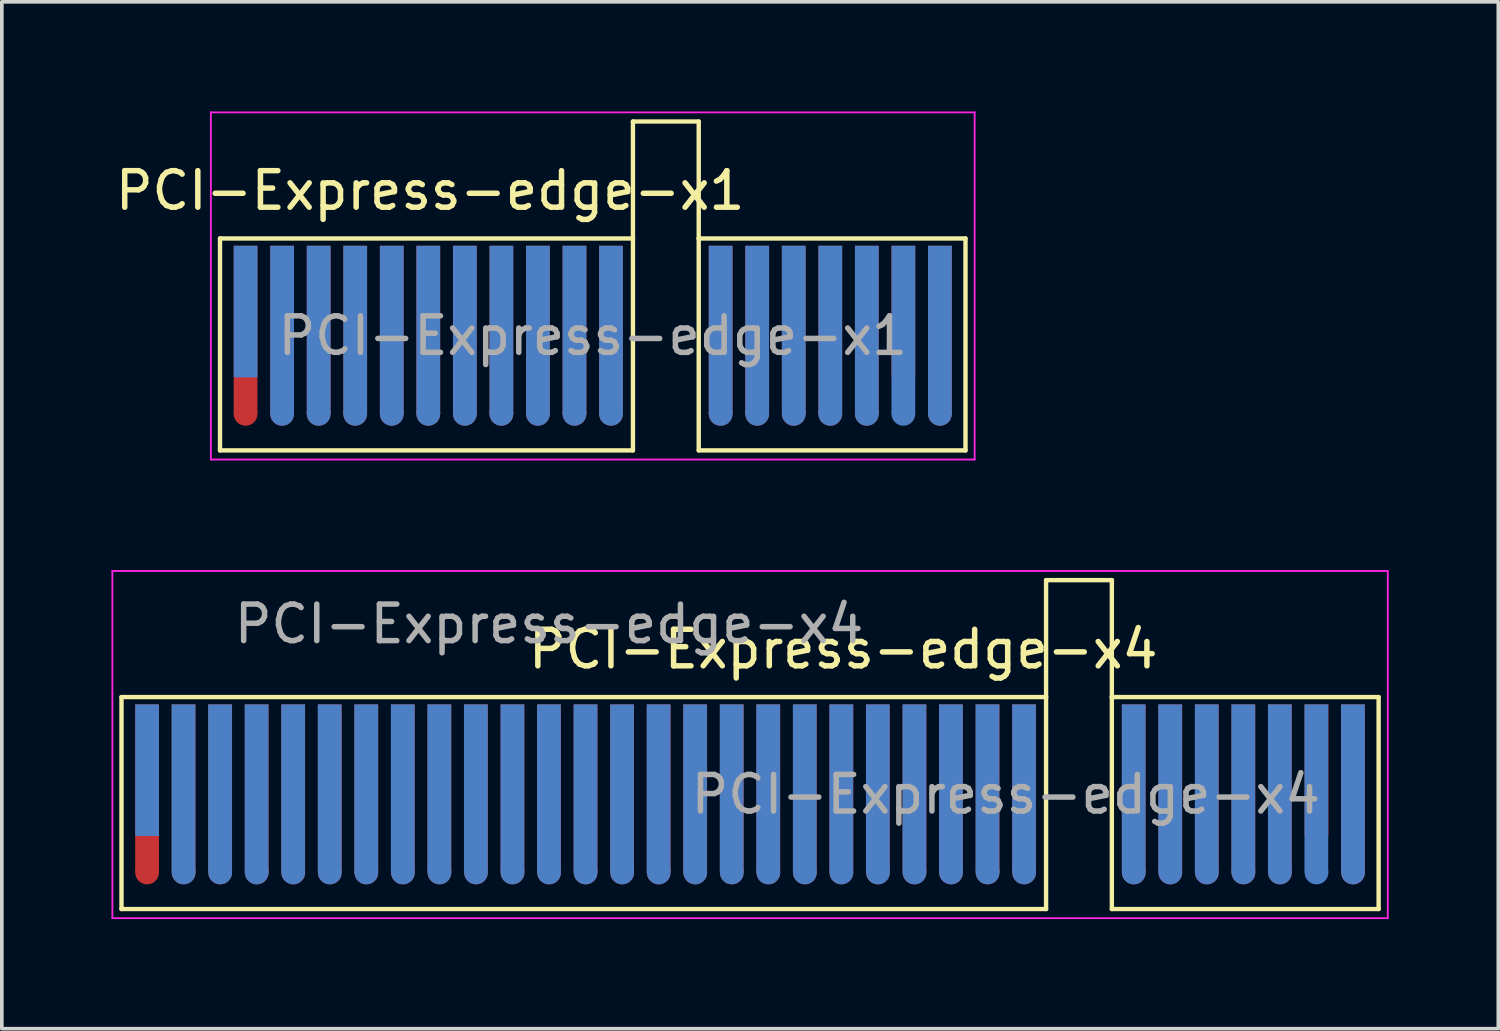
<source format=kicad_pcb>
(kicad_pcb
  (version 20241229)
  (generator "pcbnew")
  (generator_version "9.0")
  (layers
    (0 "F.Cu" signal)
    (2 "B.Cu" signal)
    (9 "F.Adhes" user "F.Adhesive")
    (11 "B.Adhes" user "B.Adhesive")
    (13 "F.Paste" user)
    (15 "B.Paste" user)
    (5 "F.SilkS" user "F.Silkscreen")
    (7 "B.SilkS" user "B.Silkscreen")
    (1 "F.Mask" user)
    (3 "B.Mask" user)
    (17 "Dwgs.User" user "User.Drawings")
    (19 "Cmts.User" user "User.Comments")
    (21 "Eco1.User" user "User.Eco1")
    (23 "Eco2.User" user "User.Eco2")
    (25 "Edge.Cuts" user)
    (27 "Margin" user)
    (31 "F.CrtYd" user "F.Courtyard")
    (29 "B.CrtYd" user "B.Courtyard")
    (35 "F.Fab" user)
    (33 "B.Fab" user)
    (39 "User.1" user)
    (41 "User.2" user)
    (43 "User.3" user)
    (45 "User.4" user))
  (footprint "PCI-Express-edge-x1"
    (layer "F.Cu")
    (at 3.67 5.475)
    (property "Reference" "PCI-Express-edge-x1" (at 5.05 -3.31 0) (layer "F.SilkS") (effects (font (size 1 1) (thickness 0.15))))
    (attr exclude_from_pos_files exclude_from_bom)
    (fp_line (start -0.7 -2) (end 10.6 -2) (stroke (width 0.12) (type solid)) (layer "F.SilkS"))
    (fp_line (start -0.7 3.8) (end -0.7 -2) (stroke (width 0.12) (type solid)) (layer "F.SilkS"))
    (fp_line (start 10.6 -5.2) (end 12.4 -5.2) (stroke (width 0.12) (type solid)) (layer "F.SilkS"))
    (fp_line (start 10.6 -2) (end 10.6 -5.2) (stroke (width 0.12) (type solid)) (layer "F.SilkS"))
    (fp_line (start 10.6 -2) (end 10.6 3.8) (stroke (width 0.12) (type solid)) (layer "F.SilkS"))
    (fp_line (start 10.6 3.8) (end -0.7 3.8) (stroke (width 0.12) (type solid)) (layer "F.SilkS"))
    (fp_line (start 12.4 -5.2) (end 12.4 -2) (stroke (width 0.12) (type solid)) (layer "F.SilkS"))
    (fp_line (start 12.4 -2) (end 12.4 3.8) (stroke (width 0.12) (type solid)) (layer "F.SilkS"))
    (fp_line (start 12.4 3.8) (end 19.7 3.8) (stroke (width 0.12) (type solid)) (layer "F.SilkS"))
    (fp_line (start 19.7 -2) (end 12.4 -2) (stroke (width 0.12) (type solid)) (layer "F.SilkS"))
    (fp_line (start 19.7 -2) (end 19.7 3.8) (stroke (width 0.12) (type solid)) (layer "F.SilkS"))
    (fp_line (start -0.95 -5.45) (end -0.95 4.05) (stroke (width 0.05) (type solid)) (layer "F.CrtYd"))
    (fp_line (start -0.95 -5.45) (end 19.95 -5.45) (stroke (width 0.05) (type solid)) (layer "F.CrtYd"))
    (fp_line (start 19.95 4.05) (end -0.95 4.05) (stroke (width 0.05) (type solid)) (layer "F.CrtYd"))
    (fp_line (start 19.95 4.05) (end 19.95 -5.45) (stroke (width 0.05) (type solid)) (layer "F.CrtYd"))
    (fp_text user "${REFERENCE}" (at 9.5 0.662 0) (layer "F.Fab") (effects (font (size 1 1) (thickness 0.15))))
    (pad "" connect circle (at 0 2.8) (size 0.65 0.65) (layers "F.Cu" "F.Mask"))
    (pad "" connect circle (at 1 2.8) (size 0.65 0.65) (layers "F.Cu" "F.Mask"))
    (pad "" connect oval (at 1 2.8 90) (size 0.65 0.65) (layers "B.Cu" "B.Mask"))
    (pad "" connect circle (at 2 2.8) (size 0.65 0.65) (layers "F.Cu" "F.Mask"))
    (pad "" connect oval (at 2 2.8 90) (size 0.65 0.65) (layers "B.Cu" "B.Mask"))
    (pad "" connect circle (at 3 2.8) (size 0.65 0.65) (layers "F.Cu" "F.Mask"))
    (pad "" connect oval (at 3 2.8 90) (size 0.65 0.65) (layers "B.Cu" "B.Mask"))
    (pad "" connect circle (at 4 2.8) (size 0.65 0.65) (layers "F.Cu" "F.Mask"))
    (pad "" connect oval (at 4 2.8 90) (size 0.65 0.65) (layers "B.Cu" "B.Mask"))
    (pad "" connect circle (at 5 2.8) (size 0.65 0.65) (layers "F.Cu" "F.Mask"))
    (pad "" connect oval (at 5 2.8 90) (size 0.65 0.65) (layers "B.Cu" "B.Mask"))
    (pad "" connect circle (at 6 2.8) (size 0.65 0.65) (layers "F.Cu" "F.Mask"))
    (pad "" connect oval (at 6 2.8 90) (size 0.65 0.65) (layers "B.Cu" "B.Mask"))
    (pad "" connect circle (at 7 2.8) (size 0.65 0.65) (layers "F.Cu" "F.Mask"))
    (pad "" connect oval (at 7 2.8 90) (size 0.65 0.65) (layers "B.Cu" "B.Mask"))
    (pad "" connect circle (at 8 2.8) (size 0.65 0.65) (layers "F.Cu" "F.Mask"))
    (pad "" connect oval (at 8 2.8 90) (size 0.65 0.65) (layers "B.Cu" "B.Mask"))
    (pad "" connect circle (at 9 2.8) (size 0.65 0.65) (layers "F.Cu" "F.Mask"))
    (pad "" connect oval (at 9 2.8 90) (size 0.65 0.65) (layers "B.Cu" "B.Mask"))
    (pad "" connect circle (at 10 2.8) (size 0.65 0.65) (layers "F.Cu" "F.Mask"))
    (pad "" connect oval (at 10 2.8 90) (size 0.65 0.65) (layers "B.Cu" "B.Mask"))
    (pad "" connect circle (at 13 2.8) (size 0.65 0.65) (layers "F.Cu" "F.Mask"))
    (pad "" connect oval (at 13 2.8 90) (size 0.65 0.65) (layers "B.Cu" "B.Mask"))
    (pad "" connect circle (at 14 2.8) (size 0.65 0.65) (layers "F.Cu" "F.Mask"))
    (pad "" connect oval (at 14 2.8 90) (size 0.65 0.65) (layers "B.Cu" "B.Mask"))
    (pad "" connect circle (at 15 2.8) (size 0.65 0.65) (layers "F.Cu" "F.Mask"))
    (pad "" connect oval (at 15 2.8 90) (size 0.65 0.65) (layers "B.Cu" "B.Mask"))
    (pad "" connect circle (at 16 2.8) (size 0.65 0.65) (layers "F.Cu" "F.Mask"))
    (pad "" connect oval (at 16 2.8 90) (size 0.65 0.65) (layers "B.Cu" "B.Mask"))
    (pad "" connect circle (at 17 2.8) (size 0.65 0.65) (layers "F.Cu" "F.Mask"))
    (pad "" connect oval (at 17 2.8 90) (size 0.65 0.65) (layers "B.Cu" "B.Mask"))
    (pad "" connect oval (at 18 2.8 90) (size 0.65 0.65) (layers "B.Cu" "B.Mask"))
    (pad "" connect circle (at 19 2.8) (size 0.65 0.65) (layers "F.Cu" "F.Mask"))
    (pad "" connect oval (at 19 2.8 90) (size 0.65 0.65) (layers "B.Cu" "B.Mask"))
    (pad "A1" connect rect (at 0 0) (size 0.65 3.6) (layers "B.Cu" "B.Mask"))
    (pad "A2" connect rect (at 1 0.5) (size 0.65 4.6) (layers "B.Cu" "B.Mask"))
    (pad "A3" connect rect (at 2 0.5) (size 0.65 4.6) (layers "B.Cu" "B.Mask"))
    (pad "A4" connect rect (at 3 0.5) (size 0.65 4.6) (layers "B.Cu" "B.Mask"))
    (pad "A5" connect rect (at 4 0.5) (size 0.65 4.6) (layers "B.Cu" "B.Mask"))
    (pad "A6" connect rect (at 5 0.5) (size 0.65 4.6) (layers "B.Cu" "B.Mask"))
    (pad "A7" connect rect (at 6 0.5) (size 0.65 4.6) (layers "B.Cu" "B.Mask"))
    (pad "A8" connect rect (at 7 0.5) (size 0.65 4.6) (layers "B.Cu" "B.Mask"))
    (pad "A9" connect rect (at 8 0.5) (size 0.65 4.6) (layers "B.Cu" "B.Mask"))
    (pad "A10" connect rect (at 9 0.5) (size 0.65 4.6) (layers "B.Cu" "B.Mask"))
    (pad "A11" connect rect (at 10 0.5) (size 0.65 4.6) (layers "B.Cu" "B.Mask"))
    (pad "A12" connect rect (at 13 0.5) (size 0.65 4.6) (layers "B.Cu" "B.Mask"))
    (pad "A13" connect rect (at 14 0.5) (size 0.65 4.6) (layers "B.Cu" "B.Mask"))
    (pad "A14" connect rect (at 15 0.5) (size 0.65 4.6) (layers "B.Cu" "B.Mask"))
    (pad "A15" connect rect (at 16 0.5) (size 0.65 4.6) (layers "B.Cu" "B.Mask"))
    (pad "A16" connect rect (at 17 0.5) (size 0.65 4.6) (layers "B.Cu" "B.Mask"))
    (pad "A17" connect rect (at 18 0.5) (size 0.65 4.6) (layers "B.Cu" "B.Mask"))
    (pad "A18" connect rect (at 19 0.5) (size 0.65 4.6) (layers "B.Cu" "B.Mask"))
    (pad "B1" connect rect (at 0 0.5) (size 0.65 4.6) (layers "F.Cu" "F.Mask"))
    (pad "B2" connect rect (at 1 0.5) (size 0.65 4.6) (layers "F.Cu" "F.Mask"))
    (pad "B3" connect rect (at 2 0.5) (size 0.65 4.6) (layers "F.Cu" "F.Mask"))
    (pad "B4" connect rect (at 3 0.5) (size 0.65 4.6) (layers "F.Cu" "F.Mask"))
    (pad "B5" connect rect (at 4 0.5) (size 0.65 4.6) (layers "F.Cu" "F.Mask"))
    (pad "B6" connect rect (at 5 0.5) (size 0.65 4.6) (layers "F.Cu" "F.Mask"))
    (pad "B7" connect rect (at 6 0.5) (size 0.65 4.6) (layers "F.Cu" "F.Mask"))
    (pad "B8" connect rect (at 7 0.5) (size 0.65 4.6) (layers "F.Cu" "F.Mask"))
    (pad "B9" connect rect (at 8 0.5) (size 0.65 4.6) (layers "F.Cu" "F.Mask"))
    (pad "B10" connect rect (at 9 0.5) (size 0.65 4.6) (layers "F.Cu" "F.Mask"))
    (pad "B11" connect rect (at 10 0.5) (size 0.65 4.6) (layers "F.Cu" "F.Mask"))
    (pad "B12" connect rect (at 13 0.5) (size 0.65 4.6) (layers "F.Cu" "F.Mask"))
    (pad "B13" connect rect (at 14 0.5) (size 0.65 4.6) (layers "F.Cu" "F.Mask"))
    (pad "B14" connect rect (at 15 0.5) (size 0.65 4.6) (layers "F.Cu" "F.Mask"))
    (pad "B15" connect rect (at 16 0.5) (size 0.65 4.6) (layers "F.Cu" "F.Mask"))
    (pad "B16" connect rect (at 17 0.5) (size 0.65 4.6) (layers "F.Cu" "F.Mask"))
    (pad "B17" connect rect (at 18 0) (size 0.65 3.6) (layers "F.Cu" "F.Mask"))
    (pad "B18" connect rect (at 19 0.5) (size 0.65 4.6) (layers "F.Cu" "F.Mask")))
  (footprint "PCI-Express-edge-x4"
    (layer "F.Cu")
    (at 14.975 18.025)
    (property "Reference" "PCI-Express-edge-x4" (at 5.05 -3.31 0) (layer "F.SilkS") (effects (font (size 1 1) (thickness 0.15))))
    (attr exclude_from_pos_files exclude_from_bom)
    (fp_line (start -14.7 -2) (end 10.6 -2) (stroke (width 0.12) (type solid)) (layer "F.SilkS"))
    (fp_line (start -14.7 3.8) (end -14.7 -2) (stroke (width 0.12) (type solid)) (layer "F.SilkS"))
    (fp_line (start 10.6 -5.2) (end 12.4 -5.2) (stroke (width 0.12) (type solid)) (layer "F.SilkS"))
    (fp_line (start 10.6 -2) (end 10.6 -5.2) (stroke (width 0.12) (type solid)) (layer "F.SilkS"))
    (fp_line (start 10.6 -2) (end 10.6 3.8) (stroke (width 0.12) (type solid)) (layer "F.SilkS"))
    (fp_line (start 10.6 3.8) (end -14.7 3.8) (stroke (width 0.12) (type solid)) (layer "F.SilkS"))
    (fp_line (start 12.4 -5.2) (end 12.4 -2) (stroke (width 0.12) (type solid)) (layer "F.SilkS"))
    (fp_line (start 12.4 -2) (end 12.4 3.8) (stroke (width 0.12) (type solid)) (layer "F.SilkS"))
    (fp_line (start 12.4 3.8) (end 19.7 3.8) (stroke (width 0.12) (type solid)) (layer "F.SilkS"))
    (fp_line (start 19.7 -2) (end 12.4 -2) (stroke (width 0.12) (type solid)) (layer "F.SilkS"))
    (fp_line (start 19.7 -2) (end 19.7 3.8) (stroke (width 0.12) (type solid)) (layer "F.SilkS"))
    (fp_line (start -14.95 -5.45) (end -14.95 4.05) (stroke (width 0.05) (type solid)) (layer "F.CrtYd"))
    (fp_line (start -14.95 -5.45) (end 19.95 -5.45) (stroke (width 0.05) (type solid)) (layer "F.CrtYd"))
    (fp_line (start 19.95 4.05) (end -14.95 4.05) (stroke (width 0.05) (type solid)) (layer "F.CrtYd"))
    (fp_line (start 19.95 4.05) (end 19.95 -5.45) (stroke (width 0.05) (type solid)) (layer "F.CrtYd"))
    (fp_text user "${REFERENCE}" (at -3 -4 0) (layer "F.Fab") (effects (font (size 1 1) (thickness 0.15))))
    (fp_text user "${REFERENCE}" (at 9.5 0.662 0) (layer "F.Fab") (effects (font (size 1 1) (thickness 0.15))))
    (pad "" connect circle (at -14 2.8) (size 0.65 0.65) (layers "F.Cu" "F.Mask"))
    (pad "" connect circle (at -13 2.8) (size 0.65 0.65) (layers "F.Cu" "F.Mask"))
    (pad "" connect oval (at -13 2.8 90) (size 0.65 0.65) (layers "B.Cu" "B.Mask"))
    (pad "" connect circle (at -12 2.8) (size 0.65 0.65) (layers "F.Cu" "F.Mask"))
    (pad "" connect oval (at -12 2.8 90) (size 0.65 0.65) (layers "B.Cu" "B.Mask"))
    (pad "" connect circle (at -11 2.8) (size 0.65 0.65) (layers "F.Cu" "F.Mask"))
    (pad "" connect oval (at -11 2.8 90) (size 0.65 0.65) (layers "B.Cu" "B.Mask"))
    (pad "" connect circle (at -10 2.8) (size 0.65 0.65) (layers "F.Cu" "F.Mask"))
    (pad "" connect oval (at -10 2.8 90) (size 0.65 0.65) (layers "B.Cu" "B.Mask"))
    (pad "" connect circle (at -9 2.8) (size 0.65 0.65) (layers "F.Cu" "F.Mask"))
    (pad "" connect oval (at -9 2.8 90) (size 0.65 0.65) (layers "B.Cu" "B.Mask"))
    (pad "" connect circle (at -8 2.8) (size 0.65 0.65) (layers "F.Cu" "F.Mask"))
    (pad "" connect oval (at -8 2.8 90) (size 0.65 0.65) (layers "B.Cu" "B.Mask"))
    (pad "" connect circle (at -7 2.8) (size 0.65 0.65) (layers "F.Cu" "F.Mask"))
    (pad "" connect oval (at -7 2.8 90) (size 0.65 0.65) (layers "B.Cu" "B.Mask"))
    (pad "" connect circle (at -6 2.8) (size 0.65 0.65) (layers "F.Cu" "F.Mask"))
    (pad "" connect oval (at -6 2.8 90) (size 0.65 0.65) (layers "B.Cu" "B.Mask"))
    (pad "" connect circle (at -5 2.8) (size 0.65 0.65) (layers "F.Cu" "F.Mask"))
    (pad "" connect oval (at -5 2.8 90) (size 0.65 0.65) (layers "B.Cu" "B.Mask"))
    (pad "" connect circle (at -4 2.8) (size 0.65 0.65) (layers "F.Cu" "F.Mask"))
    (pad "" connect oval (at -4 2.8 90) (size 0.65 0.65) (layers "B.Cu" "B.Mask"))
    (pad "" connect circle (at -3 2.8) (size 0.65 0.65) (layers "F.Cu" "F.Mask"))
    (pad "" connect oval (at -3 2.8 90) (size 0.65 0.65) (layers "B.Cu" "B.Mask"))
    (pad "" connect circle (at -2 2.8) (size 0.65 0.65) (layers "F.Cu" "F.Mask"))
    (pad "" connect oval (at -2 2.8 90) (size 0.65 0.65) (layers "B.Cu" "B.Mask"))
    (pad "" connect circle (at -1 2.8) (size 0.65 0.65) (layers "F.Cu" "F.Mask"))
    (pad "" connect oval (at -1 2.8 90) (size 0.65 0.65) (layers "B.Cu" "B.Mask"))
    (pad "" connect circle (at 0 2.8) (size 0.65 0.65) (layers "F.Cu" "F.Mask"))
    (pad "" connect oval (at 0 2.8 90) (size 0.65 0.65) (layers "B.Cu" "B.Mask"))
    (pad "" connect circle (at 1 2.8) (size 0.65 0.65) (layers "F.Cu" "F.Mask"))
    (pad "" connect oval (at 1 2.8 90) (size 0.65 0.65) (layers "B.Cu" "B.Mask"))
    (pad "" connect circle (at 2 2.8) (size 0.65 0.65) (layers "F.Cu" "F.Mask"))
    (pad "" connect oval (at 2 2.8 90) (size 0.65 0.65) (layers "B.Cu" "B.Mask"))
    (pad "" connect circle (at 3 2.8) (size 0.65 0.65) (layers "F.Cu" "F.Mask"))
    (pad "" connect oval (at 3 2.8 90) (size 0.65 0.65) (layers "B.Cu" "B.Mask"))
    (pad "" connect circle (at 4 2.8) (size 0.65 0.65) (layers "F.Cu" "F.Mask"))
    (pad "" connect oval (at 4 2.8 90) (size 0.65 0.65) (layers "B.Cu" "B.Mask"))
    (pad "" connect circle (at 5 2.8) (size 0.65 0.65) (layers "F.Cu" "F.Mask"))
    (pad "" connect oval (at 5 2.8 90) (size 0.65 0.65) (layers "B.Cu" "B.Mask"))
    (pad "" connect circle (at 6 2.8) (size 0.65 0.65) (layers "F.Cu" "F.Mask"))
    (pad "" connect oval (at 6 2.8 90) (size 0.65 0.65) (layers "B.Cu" "B.Mask"))
    (pad "" connect circle (at 7 2.8) (size 0.65 0.65) (layers "F.Cu" "F.Mask"))
    (pad "" connect oval (at 7 2.8 90) (size 0.65 0.65) (layers "B.Cu" "B.Mask"))
    (pad "" connect circle (at 8 2.8) (size 0.65 0.65) (layers "F.Cu" "F.Mask"))
    (pad "" connect oval (at 8 2.8 90) (size 0.65 0.65) (layers "B.Cu" "B.Mask"))
    (pad "" connect circle (at 9 2.8) (size 0.65 0.65) (layers "F.Cu" "F.Mask"))
    (pad "" connect oval (at 9 2.8 90) (size 0.65 0.65) (layers "B.Cu" "B.Mask"))
    (pad "" connect circle (at 10 2.8) (size 0.65 0.65) (layers "F.Cu" "F.Mask"))
    (pad "" connect oval (at 10 2.8 90) (size 0.65 0.65) (layers "B.Cu" "B.Mask"))
    (pad "" connect circle (at 13 2.8) (size 0.65 0.65) (layers "F.Cu" "F.Mask"))
    (pad "" connect oval (at 13 2.8 90) (size 0.65 0.65) (layers "B.Cu" "B.Mask"))
    (pad "" connect circle (at 14 2.8) (size 0.65 0.65) (layers "F.Cu" "F.Mask"))
    (pad "" connect oval (at 14 2.8 90) (size 0.65 0.65) (layers "B.Cu" "B.Mask"))
    (pad "" connect circle (at 15 2.8) (size 0.65 0.65) (layers "F.Cu" "F.Mask"))
    (pad "" connect oval (at 15 2.8 90) (size 0.65 0.65) (layers "B.Cu" "B.Mask"))
    (pad "" connect circle (at 16 2.8) (size 0.65 0.65) (layers "F.Cu" "F.Mask"))
    (pad "" connect oval (at 16 2.8 90) (size 0.65 0.65) (layers "B.Cu" "B.Mask"))
    (pad "" connect circle (at 17 2.8) (size 0.65 0.65) (layers "F.Cu" "F.Mask"))
    (pad "" connect oval (at 17 2.8 90) (size 0.65 0.65) (layers "B.Cu" "B.Mask"))
    (pad "" connect oval (at 18 2.8 90) (size 0.65 0.65) (layers "B.Cu" "B.Mask"))
    (pad "" connect circle (at 19 2.8) (size 0.65 0.65) (layers "F.Cu" "F.Mask"))
    (pad "" connect oval (at 19 2.8 90) (size 0.65 0.65) (layers "B.Cu" "B.Mask"))
    (pad "A1" connect rect (at -14 0) (size 0.65 3.6) (layers "F.Mask" "B.Cu"))
    (pad "A2" connect rect (at -13.004 0.5) (size 0.65 4.6) (layers "B.Cu" "B.Mask"))
    (pad "A3" connect rect (at -12.004 0.5) (size 0.65 4.6) (layers "B.Cu" "B.Mask"))
    (pad "A4" connect rect (at -11.004 0.5) (size 0.65 4.6) (layers "B.Cu" "B.Mask"))
    (pad "A5" connect rect (at -10.004 0.5) (size 0.65 4.6) (layers "B.Cu" "B.Mask"))
    (pad "A6" connect rect (at -9.004 0.5) (size 0.65 4.6) (layers "B.Cu" "B.Mask"))
    (pad "A7" connect rect (at -8.004 0.5) (size 0.65 4.6) (layers "B.Cu" "B.Mask"))
    (pad "A8" connect rect (at -7.004 0.5) (size 0.65 4.6) (layers "B.Cu" "B.Mask"))
    (pad "A9" connect rect (at -6.004 0.5) (size 0.65 4.6) (layers "B.Cu" "B.Mask"))
    (pad "A10" connect rect (at -5.004 0.5) (size 0.65 4.6) (layers "B.Cu" "B.Mask"))
    (pad "A11" connect rect (at -4.004 0.5) (size 0.65 4.6) (layers "B.Cu" "B.Mask"))
    (pad "A12" connect rect (at -3.004 0.5) (size 0.65 4.6) (layers "B.Cu" "B.Mask"))
    (pad "A13" connect rect (at -2.004 0.5) (size 0.65 4.6) (layers "B.Cu" "B.Mask"))
    (pad "A14" connect rect (at -1.004 0.5) (size 0.65 4.6) (layers "B.Cu" "B.Mask"))
    (pad "A15" connect rect (at -0.004 0.5) (size 0.65 4.6) (layers "B.Cu" "B.Mask"))
    (pad "A16" connect rect (at 0.996 0.5) (size 0.65 4.6) (layers "B.Cu" "B.Mask"))
    (pad "A17" connect rect (at 1.996 0.5) (size 0.65 4.6) (layers "B.Cu" "B.Mask"))
    (pad "A18" connect rect (at 2.996 0.5) (size 0.65 4.6) (layers "B.Cu" "B.Mask"))
    (pad "A19" connect rect (at 3.996 0.5) (size 0.65 4.6) (layers "B.Cu" "B.Mask"))
    (pad "A20" connect rect (at 4.996 0.5) (size 0.65 4.6) (layers "B.Cu" "B.Mask"))
    (pad "A21" connect rect (at 5.996 0.5) (size 0.65 4.6) (layers "B.Cu" "B.Mask"))
    (pad "A22" connect rect (at 6.996 0.5) (size 0.65 4.6) (layers "B.Cu" "B.Mask"))
    (pad "A23" connect rect (at 7.996 0.5) (size 0.65 4.6) (layers "B.Cu" "B.Mask"))
    (pad "A24" connect rect (at 8.996 0.5) (size 0.65 4.6) (layers "B.Cu" "B.Mask"))
    (pad "A25" connect rect (at 9.996 0.5) (size 0.65 4.6) (layers "B.Cu" "B.Mask"))
    (pad "A26" connect rect (at 12.996 0.5) (size 0.65 4.6) (layers "B.Cu" "B.Mask"))
    (pad "A27" connect rect (at 13.996 0.5) (size 0.65 4.6) (layers "B.Cu" "B.Mask"))
    (pad "A28" connect rect (at 14.996 0.5) (size 0.65 4.6) (layers "B.Cu" "B.Mask"))
    (pad "A29" connect rect (at 15.996 0.5) (size 0.65 4.6) (layers "B.Cu" "B.Mask"))
    (pad "A30" connect rect (at 16.996 0.5) (size 0.65 4.6) (layers "B.Cu" "B.Mask"))
    (pad "A31" connect rect (at 17.996 0.5) (size 0.65 4.6) (layers "B.Cu" "B.Mask"))
    (pad "A32" connect rect (at 18.996 0.5) (size 0.65 4.6) (layers "B.Cu" "B.Mask"))
    (pad "B1" connect rect (at -14 0.5) (size 0.65 4.6) (layers "F.Cu" "F.Mask"))
    (pad "B2" connect rect (at -13 0.5) (size 0.65 4.6) (layers "F.Cu" "F.Mask"))
    (pad "B3" connect rect (at -12 0.5) (size 0.65 4.6) (layers "F.Cu" "F.Mask"))
    (pad "B4" connect rect (at -11 0.5) (size 0.65 4.6) (layers "F.Cu" "F.Mask"))
    (pad "B5" connect rect (at -10 0.5) (size 0.65 4.6) (layers "F.Cu" "F.Mask"))
    (pad "B6" connect rect (at -9 0.5) (size 0.65 4.6) (layers "F.Cu" "F.Mask"))
    (pad "B7" connect rect (at -8 0.5) (size 0.65 4.6) (layers "F.Cu" "F.Mask"))
    (pad "B8" connect rect (at -7 0.5) (size 0.65 4.6) (layers "F.Cu" "F.Mask"))
    (pad "B9" connect rect (at -6 0.5) (size 0.65 4.6) (layers "F.Cu" "F.Mask"))
    (pad "B10" connect rect (at -5 0.5) (size 0.65 4.6) (layers "F.Cu" "F.Mask"))
    (pad "B11" connect rect (at -4 0.5) (size 0.65 4.6) (layers "F.Cu" "F.Mask"))
    (pad "B12" connect rect (at -3 0.5) (size 0.65 4.6) (layers "F.Cu" "F.Mask"))
    (pad "B13" connect rect (at -2 0.5) (size 0.65 4.6) (layers "F.Cu" "F.Mask"))
    (pad "B14" connect rect (at -1 0.5) (size 0.65 4.6) (layers "F.Cu" "F.Mask"))
    (pad "B15" connect rect (at 0 0.5) (size 0.65 4.6) (layers "F.Cu" "F.Mask"))
    (pad "B16" connect rect (at 1 0.5) (size 0.65 4.6) (layers "F.Cu" "F.Mask"))
    (pad "B17" connect rect (at 2 0.5) (size 0.65 4.6) (layers "F.Cu" "F.Mask"))
    (pad "B18" connect rect (at 3 0.5) (size 0.65 4.6) (layers "F.Cu" "F.Mask"))
    (pad "B19" connect rect (at 4 0.5) (size 0.65 4.6) (layers "F.Cu" "F.Mask"))
    (pad "B20" connect rect (at 5 0.5) (size 0.65 4.6) (layers "F.Cu" "F.Mask"))
    (pad "B21" connect rect (at 6 0.5) (size 0.65 4.6) (layers "F.Cu" "F.Mask"))
    (pad "B22" connect rect (at 7 0.5) (size 0.65 4.6) (layers "F.Cu" "F.Mask"))
    (pad "B23" connect rect (at 8 0.5) (size 0.65 4.6) (layers "F.Cu" "F.Mask"))
    (pad "B24" connect rect (at 9 0.5) (size 0.65 4.6) (layers "F.Cu" "F.Mask"))
    (pad "B25" connect rect (at 10 0.5) (size 0.65 4.6) (layers "F.Cu" "F.Mask"))
    (pad "B26" connect rect (at 13 0.5) (size 0.65 4.6) (layers "F.Cu" "F.Mask"))
    (pad "B27" connect rect (at 14 0.5) (size 0.65 4.6) (layers "F.Cu" "F.Mask"))
    (pad "B28" connect rect (at 15 0.5) (size 0.65 4.6) (layers "F.Cu" "F.Mask"))
    (pad "B29" connect rect (at 16 0.5) (size 0.65 4.6) (layers "F.Cu" "F.Mask"))
    (pad "B30" connect rect (at 17 0.5) (size 0.65 4.6) (layers "F.Cu" "F.Mask"))
    (pad "B31" connect rect (at 18 0) (size 0.65 3.6) (layers "F.Cu" "F.Mask"))
    (pad "B32" connect rect (at 19 0.5) (size 0.65 4.6) (layers "F.Cu" "F.Mask")))
  (gr_rect
    (start -3 -3)
    (end 37.95 25.1)
    (stroke (width 0.1) (type default))
    (fill no)
    (layer "Edge.Cuts")))
</source>
